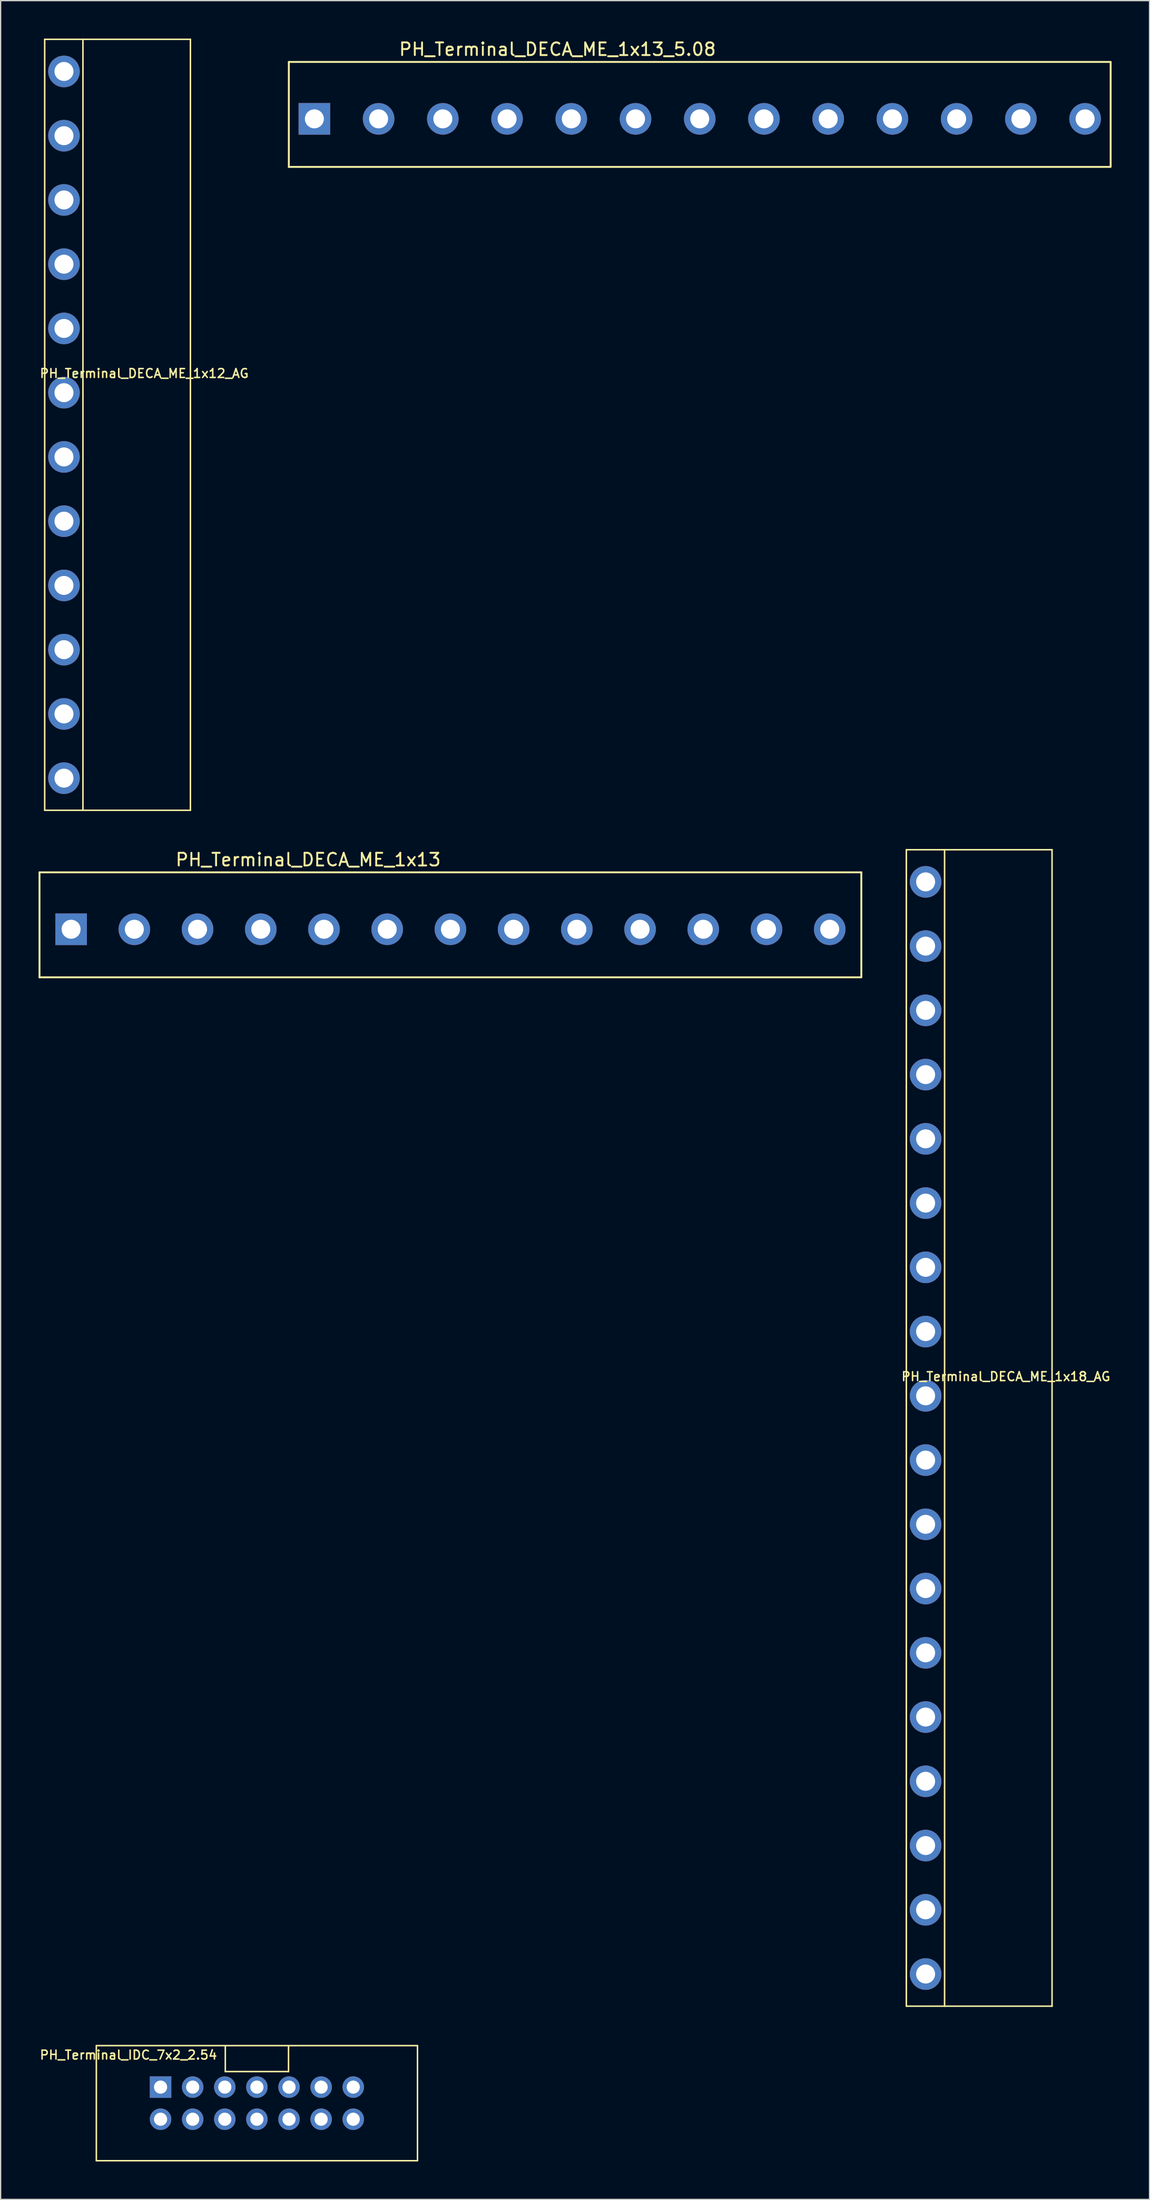
<source format=kicad_pcb>
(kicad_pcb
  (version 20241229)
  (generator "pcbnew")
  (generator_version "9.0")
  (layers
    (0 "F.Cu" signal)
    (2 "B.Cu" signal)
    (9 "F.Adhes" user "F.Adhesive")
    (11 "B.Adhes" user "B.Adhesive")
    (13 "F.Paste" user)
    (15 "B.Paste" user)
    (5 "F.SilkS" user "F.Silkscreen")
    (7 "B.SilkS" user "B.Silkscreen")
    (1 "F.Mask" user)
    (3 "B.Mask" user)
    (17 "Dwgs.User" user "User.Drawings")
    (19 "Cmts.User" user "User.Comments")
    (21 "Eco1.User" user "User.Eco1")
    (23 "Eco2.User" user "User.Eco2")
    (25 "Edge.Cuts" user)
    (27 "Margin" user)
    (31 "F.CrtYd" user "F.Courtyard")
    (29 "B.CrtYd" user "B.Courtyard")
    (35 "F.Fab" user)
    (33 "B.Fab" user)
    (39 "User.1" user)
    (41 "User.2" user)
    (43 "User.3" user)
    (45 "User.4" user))
  (footprint "PH_Terminal_IDC_7x2_2.54"
    (layer "F.Cu")
    (at 17.27 163.25)
    (property "Reference" "PH_Terminal_IDC_7x2_2.54" (at -10.16 -3.81 0) (layer "F.SilkS") (effects (font (size 0.7 0.7) (thickness 0.12))))
    (attr through_hole)
    (fp_line (start -12.7 -4.55) (end -12.7 4.55) (stroke (width 0.12) (type solid)) (layer "F.SilkS"))
    (fp_line (start -12.7 4.55) (end 12.7 4.55) (stroke (width 0.12) (type solid)) (layer "F.SilkS"))
    (fp_line (start -12.69 -4.55) (end 12.69 -4.55) (stroke (width 0.12) (type solid)) (layer "F.SilkS"))
    (fp_line (start -2.5 -2.5) (end -2.5 -4.5) (stroke (width 0.12) (type solid)) (layer "F.SilkS"))
    (fp_line (start -2.5 -2.5) (end 2.5 -2.5) (stroke (width 0.12) (type solid)) (layer "F.SilkS"))
    (fp_line (start 2.5 -2.5) (end 2.5 -4.5) (stroke (width 0.12) (type solid)) (layer "F.SilkS"))
    (fp_line (start 12.7 -4.55) (end 12.7 4.55) (stroke (width 0.12) (type solid)) (layer "F.SilkS"))
    (pad "1" thru_hole rect (at -7.62 -1.27) (size 1.7 1.7) (drill 1.04) (layers "*.Cu" "*.Mask"))
    (pad "2" thru_hole circle (at -7.62 1.27) (size 1.7 1.7) (drill 1.04) (layers "*.Cu" "*.Mask"))
    (pad "3" thru_hole circle (at -5.08 -1.27) (size 1.7 1.7) (drill 1.04) (layers "*.Cu" "*.Mask"))
    (pad "4" thru_hole circle (at -5.08 1.27) (size 1.7 1.7) (drill 1.04) (layers "*.Cu" "*.Mask"))
    (pad "5" thru_hole circle (at -2.54 -1.27) (size 1.7 1.7) (drill 1.04) (layers "*.Cu" "*.Mask"))
    (pad "6" thru_hole circle (at -2.54 1.27) (size 1.7 1.7) (drill 1.04) (layers "*.Cu" "*.Mask"))
    (pad "7" thru_hole circle (at 0 -1.27) (size 1.7 1.7) (drill 1.04) (layers "*.Cu" "*.Mask"))
    (pad "8" thru_hole circle (at 0 1.27) (size 1.7 1.7) (drill 1.04) (layers "*.Cu" "*.Mask"))
    (pad "9" thru_hole circle (at 2.54 -1.27) (size 1.7 1.7) (drill 1.04) (layers "*.Cu" "*.Mask"))
    (pad "10" thru_hole circle (at 2.54 1.27) (size 1.7 1.7) (drill 1.04) (layers "*.Cu" "*.Mask"))
    (pad "11" thru_hole circle (at 5.08 -1.27) (size 1.7 1.7) (drill 1.04) (layers "*.Cu" "*.Mask"))
    (pad "12" thru_hole circle (at 5.08 1.27) (size 1.7 1.7) (drill 1.04) (layers "*.Cu" "*.Mask"))
    (pad "13" thru_hole circle (at 7.62 -1.27) (size 1.7 1.7) (drill 1.04) (layers "*.Cu" "*.Mask"))
    (pad "14" thru_hole circle (at 7.62 1.27) (size 1.7 1.7) (drill 1.04) (layers "*.Cu" "*.Mask")))
  (footprint "PH_Terminal_DECA_ME_1x12_AG"
    (layer "F.Cu")
    (at 2.01 30.54)
    (property "Reference" "PH_Terminal_DECA_ME_1x12_AG" (at 6.35 -4.064 0) (layer "F.SilkS") (effects (font (size 0.7 0.7) (thickness 0.12))))
    (attr through_hole)
    (fp_line (start -1.524 -30.48) (end -1.524 30.48) (stroke (width 0.12) (type solid)) (layer "F.SilkS"))
    (fp_line (start -1.524 -30.48) (end 10 -30.48) (stroke (width 0.12) (type solid)) (layer "F.SilkS"))
    (fp_line (start -1.524 30.48) (end 10 30.48) (stroke (width 0.12) (type solid)) (layer "F.SilkS"))
    (fp_line (start 1.5 30.48) (end 1.5 -30.48) (stroke (width 0.12) (type solid)) (layer "F.SilkS"))
    (fp_line (start 10 -30.48) (end 10 30.48) (stroke (width 0.12) (type solid)) (layer "F.SilkS"))
    (pad "1" thru_hole circle (at 0 -27.94) (size 2.5 2.5) (drill 1.5) (layers "*.Cu" "*.Mask"))
    (pad "2" thru_hole circle (at 0 -22.86) (size 2.5 2.5) (drill 1.5) (layers "*.Cu" "*.Mask"))
    (pad "3" thru_hole circle (at 0 -17.78) (size 2.5 2.5) (drill 1.5) (layers "*.Cu" "*.Mask"))
    (pad "4" thru_hole circle (at 0 -12.7) (size 2.5 2.5) (drill 1.5) (layers "*.Cu" "*.Mask"))
    (pad "5" thru_hole circle (at 0 -7.62) (size 2.5 2.5) (drill 1.5) (layers "*.Cu" "*.Mask"))
    (pad "6" thru_hole circle (at 0 -2.54) (size 2.5 2.5) (drill 1.5) (layers "*.Cu" "*.Mask"))
    (pad "7" thru_hole circle (at 0 2.54) (size 2.5 2.5) (drill 1.5) (layers "*.Cu" "*.Mask"))
    (pad "8" thru_hole circle (at 0 7.62) (size 2.5 2.5) (drill 1.5) (layers "*.Cu" "*.Mask"))
    (pad "9" thru_hole circle (at 0 12.7) (size 2.5 2.5) (drill 1.5) (layers "*.Cu" "*.Mask"))
    (pad "10" thru_hole circle (at 0 17.78) (size 2.5 2.5) (drill 1.5) (layers "*.Cu" "*.Mask"))
    (pad "11" thru_hole circle (at 0 22.86) (size 2.5 2.5) (drill 1.5) (layers "*.Cu" "*.Mask"))
    (pad "12" thru_hole circle (at 0 27.94) (size 2.5 2.5) (drill 1.5) (layers "*.Cu" "*.Mask")))
  (footprint "PH_Terminal_DECA_ME_1x18_AG"
    (layer "F.Cu")
    (at 70.16 109.86)
    (property "Reference" "PH_Terminal_DECA_ME_1x18_AG" (at 6.35 -4.064 0) (layer "F.SilkS") (effects (font (size 0.7 0.7) (thickness 0.12))))
    (attr through_hole)
    (fp_line (start -1.524 -45.72) (end -1.524 45.72) (stroke (width 0.12) (type solid)) (layer "F.SilkS"))
    (fp_line (start -1.524 -45.72) (end 10 -45.72) (stroke (width 0.12) (type solid)) (layer "F.SilkS"))
    (fp_line (start -1.524 45.72) (end 10 45.72) (stroke (width 0.12) (type solid)) (layer "F.SilkS"))
    (fp_line (start 1.5 45.72) (end 1.5 -45.72) (stroke (width 0.12) (type solid)) (layer "F.SilkS"))
    (fp_line (start 10 -45.72) (end 10 45.72) (stroke (width 0.12) (type solid)) (layer "F.SilkS"))
    (pad "1" thru_hole circle (at 0 -43.18) (size 2.5 2.5) (drill 1.5) (layers "*.Cu" "*.Mask"))
    (pad "2" thru_hole circle (at 0 -38.1) (size 2.5 2.5) (drill 1.5) (layers "*.Cu" "*.Mask"))
    (pad "3" thru_hole circle (at 0 -33.02) (size 2.5 2.5) (drill 1.5) (layers "*.Cu" "*.Mask"))
    (pad "4" thru_hole circle (at 0 -27.94) (size 2.5 2.5) (drill 1.5) (layers "*.Cu" "*.Mask"))
    (pad "5" thru_hole circle (at 0 -22.86) (size 2.5 2.5) (drill 1.5) (layers "*.Cu" "*.Mask"))
    (pad "6" thru_hole circle (at 0 -17.78) (size 2.5 2.5) (drill 1.5) (layers "*.Cu" "*.Mask"))
    (pad "7" thru_hole circle (at 0 -12.7) (size 2.5 2.5) (drill 1.5) (layers "*.Cu" "*.Mask"))
    (pad "8" thru_hole circle (at 0 -7.62) (size 2.5 2.5) (drill 1.5) (layers "*.Cu" "*.Mask"))
    (pad "9" thru_hole circle (at 0 -2.54) (size 2.5 2.5) (drill 1.5) (layers "*.Cu" "*.Mask"))
    (pad "10" thru_hole circle (at 0 2.54) (size 2.5 2.5) (drill 1.5) (layers "*.Cu" "*.Mask"))
    (pad "11" thru_hole circle (at 0 7.62) (size 2.5 2.5) (drill 1.5) (layers "*.Cu" "*.Mask"))
    (pad "12" thru_hole circle (at 0 12.7) (size 2.5 2.5) (drill 1.5) (layers "*.Cu" "*.Mask"))
    (pad "13" thru_hole circle (at 0 17.78) (size 2.5 2.5) (drill 1.5) (layers "*.Cu" "*.Mask"))
    (pad "14" thru_hole circle (at 0 22.86) (size 2.5 2.5) (drill 1.5) (layers "*.Cu" "*.Mask"))
    (pad "15" thru_hole circle (at 0 27.94) (size 2.5 2.5) (drill 1.5) (layers "*.Cu" "*.Mask"))
    (pad "16" thru_hole circle (at 0 33.02) (size 2.5 2.5) (drill 1.5) (layers "*.Cu" "*.Mask"))
    (pad "17" thru_hole circle (at 0 38.1) (size 2.5 2.5) (drill 1.5) (layers "*.Cu" "*.Mask"))
    (pad "18" thru_hole circle (at 0 43.18) (size 2.5 2.5) (drill 1.5) (layers "*.Cu" "*.Mask")))
  (footprint "PH_Terminal_DECA_ME_1x13_5.08"
    (layer "F.Cu")
    (at 52.295 6.348)
    (property "Reference" "PH_Terminal_DECA_ME_1x13_5.08" (at -11.25 -5.5 0) (layer "F.SilkS") (effects (font (size 1 1) (thickness 0.15))))
    (attr through_hole)
    (fp_line (start -32.5 -4.5) (end 32.5 -4.5) (stroke (width 0.15) (type solid)) (layer "F.SilkS"))
    (fp_line (start -32.5 3.8) (end -32.5 -4.5) (stroke (width 0.15) (type solid)) (layer "F.SilkS"))
    (fp_line (start -32.5 3.8) (end 32.5 3.8) (stroke (width 0.15) (type solid)) (layer "F.SilkS"))
    (fp_line (start 32.5 -4.5) (end 32.5 3.75) (stroke (width 0.15) (type solid)) (layer "F.SilkS"))
    (pad "1" thru_hole rect (at -30.48 0) (size 2.5 2.5) (drill 1.5) (layers "*.Cu" "*.Mask"))
    (pad "2" thru_hole circle (at -25.4 0) (size 2.5 2.5) (drill 1.5) (layers "*.Cu" "*.Mask"))
    (pad "3" thru_hole circle (at -20.32 0) (size 2.5 2.5) (drill 1.5) (layers "*.Cu" "*.Mask"))
    (pad "4" thru_hole circle (at -15.24 0) (size 2.5 2.5) (drill 1.5) (layers "*.Cu" "*.Mask"))
    (pad "5" thru_hole circle (at -10.16 0) (size 2.5 2.5) (drill 1.5) (layers "*.Cu" "*.Mask"))
    (pad "6" thru_hole circle (at -5.08 0) (size 2.5 2.5) (drill 1.5) (layers "*.Cu" "*.Mask"))
    (pad "7" thru_hole circle (at 0 0) (size 2.5 2.5) (drill 1.5) (layers "*.Cu" "*.Mask"))
    (pad "8" thru_hole circle (at 5.08 0) (size 2.5 2.5) (drill 1.5) (layers "*.Cu" "*.Mask"))
    (pad "9" thru_hole circle (at 10.16 0) (size 2.5 2.5) (drill 1.5) (layers "*.Cu" "*.Mask"))
    (pad "10" thru_hole circle (at 15.24 0) (size 2.5 2.5) (drill 1.5) (layers "*.Cu" "*.Mask"))
    (pad "11" thru_hole circle (at 20.32 0) (size 2.5 2.5) (drill 1.5) (layers "*.Cu" "*.Mask"))
    (pad "12" thru_hole circle (at 25.4 0) (size 2.5 2.5) (drill 1.5) (layers "*.Cu" "*.Mask"))
    (pad "13" thru_hole circle (at 30.48 0) (size 2.5 2.5) (drill 1.5) (layers "*.Cu" "*.Mask")))
  (footprint "PH_Terminal_DECA_ME_1x13"
    (layer "F.Cu")
    (at 32.575 70.428)
    (property "Reference" "PH_Terminal_DECA_ME_1x13" (at -11.25 -5.5 0) (layer "F.SilkS") (effects (font (size 1 1) (thickness 0.15))))
    (attr through_hole)
    (fp_line (start -32.5 -4.5) (end 32.5 -4.5) (stroke (width 0.15) (type solid)) (layer "F.SilkS"))
    (fp_line (start -32.5 3.8) (end -32.5 -4.5) (stroke (width 0.15) (type solid)) (layer "F.SilkS"))
    (fp_line (start -32.5 3.8) (end 32.5 3.8) (stroke (width 0.15) (type solid)) (layer "F.SilkS"))
    (fp_line (start 32.5 -4.5) (end 32.5 3.75) (stroke (width 0.15) (type solid)) (layer "F.SilkS"))
    (pad "1" thru_hole rect (at -30 0) (size 2.5 2.5) (drill 1.5) (layers "*.Cu" "*.Mask"))
    (pad "2" thru_hole circle (at -25 0) (size 2.5 2.5) (drill 1.5) (layers "*.Cu" "*.Mask"))
    (pad "3" thru_hole circle (at -20 0) (size 2.5 2.5) (drill 1.5) (layers "*.Cu" "*.Mask"))
    (pad "4" thru_hole circle (at -15 0) (size 2.5 2.5) (drill 1.5) (layers "*.Cu" "*.Mask"))
    (pad "5" thru_hole circle (at -10 0) (size 2.5 2.5) (drill 1.5) (layers "*.Cu" "*.Mask"))
    (pad "6" thru_hole circle (at -5 0) (size 2.5 2.5) (drill 1.5) (layers "*.Cu" "*.Mask"))
    (pad "7" thru_hole circle (at 0 0) (size 2.5 2.5) (drill 1.5) (layers "*.Cu" "*.Mask"))
    (pad "8" thru_hole circle (at 5 0) (size 2.5 2.5) (drill 1.5) (layers "*.Cu" "*.Mask"))
    (pad "9" thru_hole circle (at 10 0) (size 2.5 2.5) (drill 1.5) (layers "*.Cu" "*.Mask"))
    (pad "10" thru_hole circle (at 15 0) (size 2.5 2.5) (drill 1.5) (layers "*.Cu" "*.Mask"))
    (pad "11" thru_hole circle (at 20 0) (size 2.5 2.5) (drill 1.5) (layers "*.Cu" "*.Mask"))
    (pad "12" thru_hole circle (at 25 0) (size 2.5 2.5) (drill 1.5) (layers "*.Cu" "*.Mask"))
    (pad "13" thru_hole circle (at 30 0) (size 2.5 2.5) (drill 1.5) (layers "*.Cu" "*.Mask")))
  (gr_rect
    (start -3 -3)
    (end 87.87 170.86)
    (stroke (width 0.1) (type default))
    (fill no)
    (layer "Edge.Cuts")))
</source>
